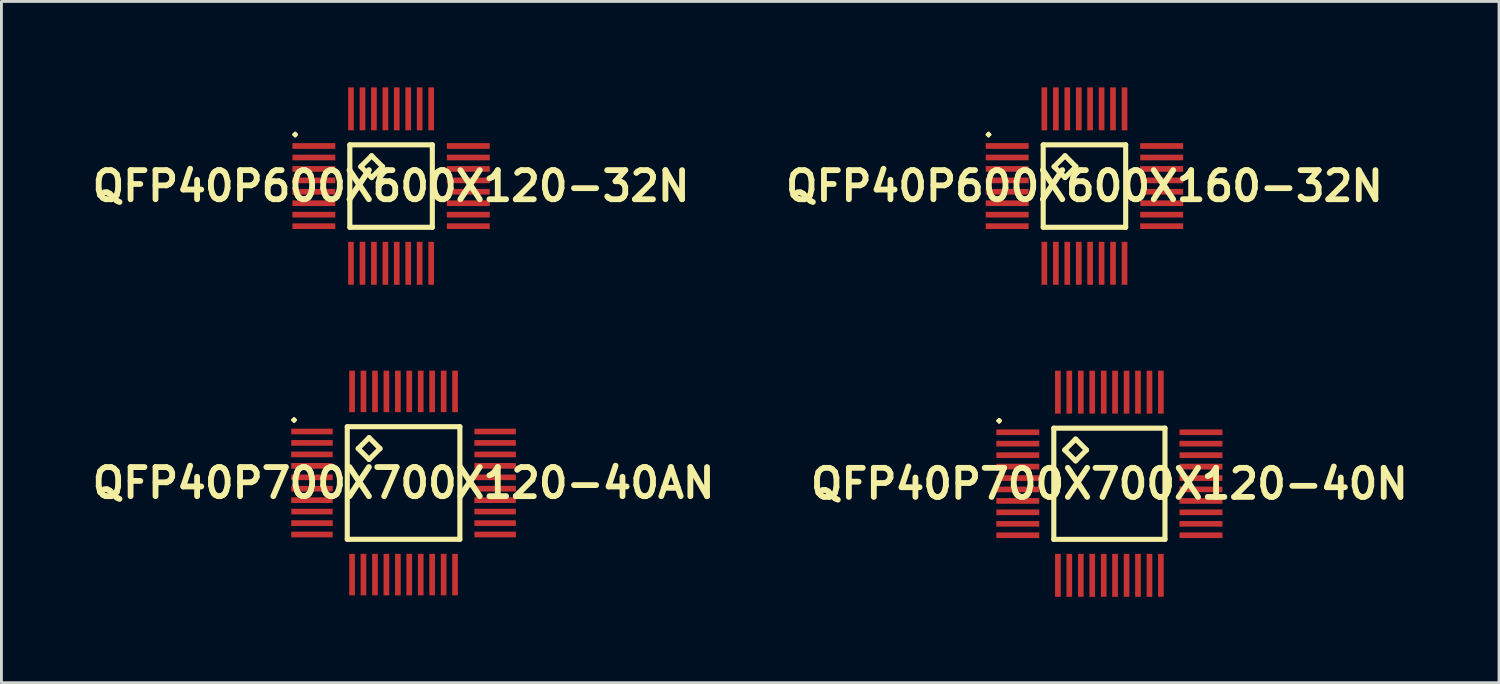
<source format=kicad_pcb>
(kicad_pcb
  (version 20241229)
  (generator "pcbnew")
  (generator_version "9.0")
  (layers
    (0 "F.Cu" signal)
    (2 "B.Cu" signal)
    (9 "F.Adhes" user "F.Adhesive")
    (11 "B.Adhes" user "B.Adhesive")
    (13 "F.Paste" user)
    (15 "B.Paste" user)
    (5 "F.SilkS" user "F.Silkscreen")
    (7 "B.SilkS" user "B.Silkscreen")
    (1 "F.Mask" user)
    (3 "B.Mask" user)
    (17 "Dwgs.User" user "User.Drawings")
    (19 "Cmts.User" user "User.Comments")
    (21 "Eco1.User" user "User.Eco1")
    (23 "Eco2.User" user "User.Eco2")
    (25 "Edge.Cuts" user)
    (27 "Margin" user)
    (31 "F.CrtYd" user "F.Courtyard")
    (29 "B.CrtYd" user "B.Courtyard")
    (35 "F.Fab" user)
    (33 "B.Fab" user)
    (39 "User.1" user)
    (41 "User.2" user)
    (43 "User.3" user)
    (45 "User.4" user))
  (footprint "QFP40P700X700X120-40N"
    (layer "F.Cu")
    (at 35.686 13.841)
    (property "Reference" "QFP40P700X700X120-40N" (at 0 0 0) (layer "F.SilkS") (effects (font (size 1.016 1.016) (thickness 0.203))))
    (attr smd)
    (fp_line (start -3.899 -2.2) (end -3.848 -2.248) (stroke (width 0.099) (type solid)) (layer "F.SilkS"))
    (fp_line (start -3.848 -2.248) (end -3.8 -2.2) (stroke (width 0.099) (type solid)) (layer "F.SilkS"))
    (fp_line (start -3.848 -2.149) (end -3.899 -2.2) (stroke (width 0.099) (type solid)) (layer "F.SilkS"))
    (fp_line (start -3.8 -2.2) (end -3.848 -2.149) (stroke (width 0.099) (type solid)) (layer "F.SilkS"))
    (fp_line (start -1.941 -1.941) (end -1.941 1.941) (stroke (width 0.178) (type solid)) (layer "F.SilkS"))
    (fp_line (start -1.941 1.941) (end 1.941 1.941) (stroke (width 0.178) (type solid)) (layer "F.SilkS"))
    (fp_line (start -1.56 -1.179) (end -1.179 -1.56) (stroke (width 0.178) (type solid)) (layer "F.SilkS"))
    (fp_line (start -1.179 -1.56) (end -0.798 -1.179) (stroke (width 0.178) (type solid)) (layer "F.SilkS"))
    (fp_line (start -1.179 -0.798) (end -1.56 -1.179) (stroke (width 0.178) (type solid)) (layer "F.SilkS"))
    (fp_line (start -0.798 -1.179) (end -1.179 -0.798) (stroke (width 0.178) (type solid)) (layer "F.SilkS"))
    (fp_line (start 1.941 -1.941) (end -1.941 -1.941) (stroke (width 0.178) (type solid)) (layer "F.SilkS"))
    (fp_line (start 1.941 1.941) (end 1.941 -1.941) (stroke (width 0.178) (type solid)) (layer "F.SilkS"))
    (pad "1" smd rect (at -3.198 -1.798) (size 1.499 0.198) (layers "F.Cu" "F.Mask" "F.Paste"))
    (pad "2" smd rect (at -3.198 -1.4) (size 1.499 0.198) (layers "F.Cu" "F.Mask" "F.Paste"))
    (pad "3" smd rect (at -3.198 -0.998) (size 1.499 0.198) (layers "F.Cu" "F.Mask" "F.Paste"))
    (pad "4" smd rect (at -3.198 -0.599) (size 1.499 0.198) (layers "F.Cu" "F.Mask" "F.Paste"))
    (pad "5" smd rect (at -3.198 -0.198) (size 1.499 0.198) (layers "F.Cu" "F.Mask" "F.Paste"))
    (pad "6" smd rect (at -3.198 0.198) (size 1.499 0.198) (layers "F.Cu" "F.Mask" "F.Paste"))
    (pad "7" smd rect (at -3.198 0.599) (size 1.499 0.198) (layers "F.Cu" "F.Mask" "F.Paste"))
    (pad "8" smd rect (at -3.198 0.998) (size 1.499 0.198) (layers "F.Cu" "F.Mask" "F.Paste"))
    (pad "9" smd rect (at -3.198 1.4) (size 1.499 0.198) (layers "F.Cu" "F.Mask" "F.Paste"))
    (pad "10" smd rect (at -3.198 1.798) (size 1.499 0.198) (layers "F.Cu" "F.Mask" "F.Paste"))
    (pad "11" smd rect (at -1.798 3.198) (size 0.198 1.499) (layers "F.Cu" "F.Mask" "F.Paste"))
    (pad "12" smd rect (at -1.4 3.198) (size 0.198 1.499) (layers "F.Cu" "F.Mask" "F.Paste"))
    (pad "13" smd rect (at -0.998 3.198) (size 0.198 1.499) (layers "F.Cu" "F.Mask" "F.Paste"))
    (pad "14" smd rect (at -0.599 3.198) (size 0.198 1.499) (layers "F.Cu" "F.Mask" "F.Paste"))
    (pad "15" smd rect (at -0.198 3.198) (size 0.198 1.499) (layers "F.Cu" "F.Mask" "F.Paste"))
    (pad "16" smd rect (at 0.198 3.198) (size 0.198 1.499) (layers "F.Cu" "F.Mask" "F.Paste"))
    (pad "17" smd rect (at 0.599 3.198) (size 0.198 1.499) (layers "F.Cu" "F.Mask" "F.Paste"))
    (pad "18" smd rect (at 0.998 3.198) (size 0.198 1.499) (layers "F.Cu" "F.Mask" "F.Paste"))
    (pad "19" smd rect (at 1.4 3.198) (size 0.198 1.499) (layers "F.Cu" "F.Mask" "F.Paste"))
    (pad "20" smd rect (at 1.798 3.198) (size 0.198 1.499) (layers "F.Cu" "F.Mask" "F.Paste"))
    (pad "21" smd rect (at 3.198 1.798) (size 1.499 0.198) (layers "F.Cu" "F.Mask" "F.Paste"))
    (pad "22" smd rect (at 3.198 1.4) (size 1.499 0.198) (layers "F.Cu" "F.Mask" "F.Paste"))
    (pad "23" smd rect (at 3.198 0.998) (size 1.499 0.198) (layers "F.Cu" "F.Mask" "F.Paste"))
    (pad "24" smd rect (at 3.198 0.599) (size 1.499 0.198) (layers "F.Cu" "F.Mask" "F.Paste"))
    (pad "25" smd rect (at 3.198 0.198) (size 1.499 0.198) (layers "F.Cu" "F.Mask" "F.Paste"))
    (pad "26" smd rect (at 3.198 -0.198) (size 1.499 0.198) (layers "F.Cu" "F.Mask" "F.Paste"))
    (pad "27" smd rect (at 3.198 -0.599) (size 1.499 0.198) (layers "F.Cu" "F.Mask" "F.Paste"))
    (pad "28" smd rect (at 3.198 -0.998) (size 1.499 0.198) (layers "F.Cu" "F.Mask" "F.Paste"))
    (pad "29" smd rect (at 3.198 -1.4) (size 1.499 0.198) (layers "F.Cu" "F.Mask" "F.Paste"))
    (pad "30" smd rect (at 3.198 -1.798) (size 1.499 0.198) (layers "F.Cu" "F.Mask" "F.Paste"))
    (pad "31" smd rect (at 1.798 -3.198) (size 0.198 1.499) (layers "F.Cu" "F.Mask" "F.Paste"))
    (pad "32" smd rect (at 1.4 -3.198) (size 0.198 1.499) (layers "F.Cu" "F.Mask" "F.Paste"))
    (pad "33" smd rect (at 0.998 -3.198) (size 0.198 1.499) (layers "F.Cu" "F.Mask" "F.Paste"))
    (pad "34" smd rect (at 0.599 -3.198) (size 0.198 1.499) (layers "F.Cu" "F.Mask" "F.Paste"))
    (pad "35" smd rect (at 0.198 -3.198) (size 0.198 1.499) (layers "F.Cu" "F.Mask" "F.Paste"))
    (pad "36" smd rect (at -0.198 -3.198) (size 0.198 1.499) (layers "F.Cu" "F.Mask" "F.Paste"))
    (pad "37" smd rect (at -0.599 -3.198) (size 0.198 1.499) (layers "F.Cu" "F.Mask" "F.Paste"))
    (pad "38" smd rect (at -0.998 -3.198) (size 0.198 1.499) (layers "F.Cu" "F.Mask" "F.Paste"))
    (pad "39" smd rect (at -1.4 -3.198) (size 0.198 1.499) (layers "F.Cu" "F.Mask" "F.Paste"))
    (pad "40" smd rect (at -1.798 -3.198) (size 0.198 1.499) (layers "F.Cu" "F.Mask" "F.Paste")))
  (footprint "QFP40P600X600X160-32N"
    (layer "F.Cu")
    (at 34.815 3.447)
    (property "Reference" "QFP40P600X600X160-32N" (at 0 0 0) (layer "F.SilkS") (effects (font (size 1.016 1.016) (thickness 0.203))))
    (attr smd)
    (fp_line (start -3.399 -1.798) (end -3.348 -1.849) (stroke (width 0.099) (type solid)) (layer "F.SilkS"))
    (fp_line (start -3.348 -1.849) (end -3.299 -1.798) (stroke (width 0.099) (type solid)) (layer "F.SilkS"))
    (fp_line (start -3.348 -1.748) (end -3.399 -1.798) (stroke (width 0.099) (type solid)) (layer "F.SilkS"))
    (fp_line (start -3.299 -1.798) (end -3.348 -1.748) (stroke (width 0.099) (type solid)) (layer "F.SilkS"))
    (fp_line (start -1.44 -1.44) (end -1.44 1.44) (stroke (width 0.178) (type solid)) (layer "F.SilkS"))
    (fp_line (start -1.44 1.44) (end 1.44 1.44) (stroke (width 0.178) (type solid)) (layer "F.SilkS"))
    (fp_line (start -1.059 -0.678) (end -0.678 -1.059) (stroke (width 0.178) (type solid)) (layer "F.SilkS"))
    (fp_line (start -0.678 -1.059) (end -0.297 -0.678) (stroke (width 0.178) (type solid)) (layer "F.SilkS"))
    (fp_line (start -0.678 -0.297) (end -1.059 -0.678) (stroke (width 0.178) (type solid)) (layer "F.SilkS"))
    (fp_line (start -0.297 -0.678) (end -0.678 -0.297) (stroke (width 0.178) (type solid)) (layer "F.SilkS"))
    (fp_line (start 1.44 -1.44) (end -1.44 -1.44) (stroke (width 0.178) (type solid)) (layer "F.SilkS"))
    (fp_line (start 1.44 1.44) (end 1.44 -1.44) (stroke (width 0.178) (type solid)) (layer "F.SilkS"))
    (pad "1" smd rect (at -2.697 -1.4) (size 1.499 0.198) (layers "F.Cu" "F.Mask" "F.Paste"))
    (pad "2" smd rect (at -2.697 -0.998) (size 1.499 0.198) (layers "F.Cu" "F.Mask" "F.Paste"))
    (pad "3" smd rect (at -2.697 -0.599) (size 1.499 0.198) (layers "F.Cu" "F.Mask" "F.Paste"))
    (pad "4" smd rect (at -2.697 -0.198) (size 1.499 0.198) (layers "F.Cu" "F.Mask" "F.Paste"))
    (pad "5" smd rect (at -2.697 0.198) (size 1.499 0.198) (layers "F.Cu" "F.Mask" "F.Paste"))
    (pad "6" smd rect (at -2.697 0.599) (size 1.499 0.198) (layers "F.Cu" "F.Mask" "F.Paste"))
    (pad "7" smd rect (at -2.697 0.998) (size 1.499 0.198) (layers "F.Cu" "F.Mask" "F.Paste"))
    (pad "8" smd rect (at -2.697 1.4) (size 1.499 0.198) (layers "F.Cu" "F.Mask" "F.Paste"))
    (pad "9" smd rect (at -1.4 2.697) (size 0.198 1.499) (layers "F.Cu" "F.Mask" "F.Paste"))
    (pad "10" smd rect (at -0.998 2.697) (size 0.198 1.499) (layers "F.Cu" "F.Mask" "F.Paste"))
    (pad "11" smd rect (at -0.599 2.697) (size 0.198 1.499) (layers "F.Cu" "F.Mask" "F.Paste"))
    (pad "12" smd rect (at -0.198 2.697) (size 0.198 1.499) (layers "F.Cu" "F.Mask" "F.Paste"))
    (pad "13" smd rect (at 0.198 2.697) (size 0.198 1.499) (layers "F.Cu" "F.Mask" "F.Paste"))
    (pad "14" smd rect (at 0.599 2.697) (size 0.198 1.499) (layers "F.Cu" "F.Mask" "F.Paste"))
    (pad "15" smd rect (at 0.998 2.697) (size 0.198 1.499) (layers "F.Cu" "F.Mask" "F.Paste"))
    (pad "16" smd rect (at 1.4 2.697) (size 0.198 1.499) (layers "F.Cu" "F.Mask" "F.Paste"))
    (pad "17" smd rect (at 2.697 1.4) (size 1.499 0.198) (layers "F.Cu" "F.Mask" "F.Paste"))
    (pad "18" smd rect (at 2.697 0.998) (size 1.499 0.198) (layers "F.Cu" "F.Mask" "F.Paste"))
    (pad "19" smd rect (at 2.697 0.599) (size 1.499 0.198) (layers "F.Cu" "F.Mask" "F.Paste"))
    (pad "20" smd rect (at 2.697 0.198) (size 1.499 0.198) (layers "F.Cu" "F.Mask" "F.Paste"))
    (pad "21" smd rect (at 2.697 -0.198) (size 1.499 0.198) (layers "F.Cu" "F.Mask" "F.Paste"))
    (pad "22" smd rect (at 2.697 -0.599) (size 1.499 0.198) (layers "F.Cu" "F.Mask" "F.Paste"))
    (pad "23" smd rect (at 2.697 -0.998) (size 1.499 0.198) (layers "F.Cu" "F.Mask" "F.Paste"))
    (pad "24" smd rect (at 2.697 -1.4) (size 1.499 0.198) (layers "F.Cu" "F.Mask" "F.Paste"))
    (pad "25" smd rect (at 1.4 -2.697) (size 0.198 1.499) (layers "F.Cu" "F.Mask" "F.Paste"))
    (pad "26" smd rect (at 0.998 -2.697) (size 0.198 1.499) (layers "F.Cu" "F.Mask" "F.Paste"))
    (pad "27" smd rect (at 0.599 -2.697) (size 0.198 1.499) (layers "F.Cu" "F.Mask" "F.Paste"))
    (pad "28" smd rect (at 0.198 -2.697) (size 0.198 1.499) (layers "F.Cu" "F.Mask" "F.Paste"))
    (pad "29" smd rect (at -0.198 -2.697) (size 0.198 1.499) (layers "F.Cu" "F.Mask" "F.Paste"))
    (pad "30" smd rect (at -0.599 -2.697) (size 0.198 1.499) (layers "F.Cu" "F.Mask" "F.Paste"))
    (pad "31" smd rect (at -0.998 -2.697) (size 0.198 1.499) (layers "F.Cu" "F.Mask" "F.Paste"))
    (pad "32" smd rect (at -1.4 -2.697) (size 0.198 1.499) (layers "F.Cu" "F.Mask" "F.Paste")))
  (footprint "QFP40P700X700X120-40AN"
    (layer "F.Cu")
    (at 11.041 13.815)
    (property "Reference" "QFP40P700X700X120-40AN" (at 0 0 0) (layer "F.SilkS") (effects (font (size 1.016 1.016) (thickness 0.203))))
    (attr smd)
    (fp_line (start -3.873 -2.2) (end -3.823 -2.248) (stroke (width 0.099) (type solid)) (layer "F.SilkS"))
    (fp_line (start -3.823 -2.248) (end -3.774 -2.2) (stroke (width 0.099) (type solid)) (layer "F.SilkS"))
    (fp_line (start -3.823 -2.149) (end -3.873 -2.2) (stroke (width 0.099) (type solid)) (layer "F.SilkS"))
    (fp_line (start -3.774 -2.2) (end -3.823 -2.149) (stroke (width 0.099) (type solid)) (layer "F.SilkS"))
    (fp_line (start -1.966 -1.966) (end -1.966 1.966) (stroke (width 0.178) (type solid)) (layer "F.SilkS"))
    (fp_line (start -1.966 1.966) (end 1.966 1.966) (stroke (width 0.178) (type solid)) (layer "F.SilkS"))
    (fp_line (start -1.585 -1.204) (end -1.204 -1.585) (stroke (width 0.178) (type solid)) (layer "F.SilkS"))
    (fp_line (start -1.204 -1.585) (end -0.823 -1.204) (stroke (width 0.178) (type solid)) (layer "F.SilkS"))
    (fp_line (start -1.204 -0.823) (end -1.585 -1.204) (stroke (width 0.178) (type solid)) (layer "F.SilkS"))
    (fp_line (start -0.823 -1.204) (end -1.204 -0.823) (stroke (width 0.178) (type solid)) (layer "F.SilkS"))
    (fp_line (start 1.966 -1.966) (end -1.966 -1.966) (stroke (width 0.178) (type solid)) (layer "F.SilkS"))
    (fp_line (start 1.966 1.966) (end 1.966 -1.966) (stroke (width 0.178) (type solid)) (layer "F.SilkS"))
    (pad "1" smd rect (at -3.198 -1.798) (size 1.448 0.198) (layers "F.Cu" "F.Mask" "F.Paste"))
    (pad "2" smd rect (at -3.198 -1.4) (size 1.448 0.198) (layers "F.Cu" "F.Mask" "F.Paste"))
    (pad "3" smd rect (at -3.198 -0.998) (size 1.448 0.198) (layers "F.Cu" "F.Mask" "F.Paste"))
    (pad "4" smd rect (at -3.198 -0.599) (size 1.448 0.198) (layers "F.Cu" "F.Mask" "F.Paste"))
    (pad "5" smd rect (at -3.198 -0.198) (size 1.448 0.198) (layers "F.Cu" "F.Mask" "F.Paste"))
    (pad "6" smd rect (at -3.198 0.198) (size 1.448 0.198) (layers "F.Cu" "F.Mask" "F.Paste"))
    (pad "7" smd rect (at -3.198 0.599) (size 1.448 0.198) (layers "F.Cu" "F.Mask" "F.Paste"))
    (pad "8" smd rect (at -3.198 0.998) (size 1.448 0.198) (layers "F.Cu" "F.Mask" "F.Paste"))
    (pad "9" smd rect (at -3.198 1.4) (size 1.448 0.198) (layers "F.Cu" "F.Mask" "F.Paste"))
    (pad "10" smd rect (at -3.198 1.798) (size 1.448 0.198) (layers "F.Cu" "F.Mask" "F.Paste"))
    (pad "11" smd rect (at -1.798 3.198) (size 0.198 1.448) (layers "F.Cu" "F.Mask" "F.Paste"))
    (pad "12" smd rect (at -1.4 3.198) (size 0.198 1.448) (layers "F.Cu" "F.Mask" "F.Paste"))
    (pad "13" smd rect (at -0.998 3.198) (size 0.198 1.448) (layers "F.Cu" "F.Mask" "F.Paste"))
    (pad "14" smd rect (at -0.599 3.198) (size 0.198 1.448) (layers "F.Cu" "F.Mask" "F.Paste"))
    (pad "15" smd rect (at -0.198 3.198) (size 0.198 1.448) (layers "F.Cu" "F.Mask" "F.Paste"))
    (pad "16" smd rect (at 0.198 3.198) (size 0.198 1.448) (layers "F.Cu" "F.Mask" "F.Paste"))
    (pad "17" smd rect (at 0.599 3.198) (size 0.198 1.448) (layers "F.Cu" "F.Mask" "F.Paste"))
    (pad "18" smd rect (at 0.998 3.198) (size 0.198 1.448) (layers "F.Cu" "F.Mask" "F.Paste"))
    (pad "19" smd rect (at 1.4 3.198) (size 0.198 1.448) (layers "F.Cu" "F.Mask" "F.Paste"))
    (pad "20" smd rect (at 1.798 3.198) (size 0.198 1.448) (layers "F.Cu" "F.Mask" "F.Paste"))
    (pad "21" smd rect (at 3.198 1.798) (size 1.448 0.198) (layers "F.Cu" "F.Mask" "F.Paste"))
    (pad "22" smd rect (at 3.198 1.4) (size 1.448 0.198) (layers "F.Cu" "F.Mask" "F.Paste"))
    (pad "23" smd rect (at 3.198 0.998) (size 1.448 0.198) (layers "F.Cu" "F.Mask" "F.Paste"))
    (pad "24" smd rect (at 3.198 0.599) (size 1.448 0.198) (layers "F.Cu" "F.Mask" "F.Paste"))
    (pad "25" smd rect (at 3.198 0.198) (size 1.448 0.198) (layers "F.Cu" "F.Mask" "F.Paste"))
    (pad "26" smd rect (at 3.198 -0.198) (size 1.448 0.198) (layers "F.Cu" "F.Mask" "F.Paste"))
    (pad "27" smd rect (at 3.198 -0.599) (size 1.448 0.198) (layers "F.Cu" "F.Mask" "F.Paste"))
    (pad "28" smd rect (at 3.198 -0.998) (size 1.448 0.198) (layers "F.Cu" "F.Mask" "F.Paste"))
    (pad "29" smd rect (at 3.198 -1.4) (size 1.448 0.198) (layers "F.Cu" "F.Mask" "F.Paste"))
    (pad "30" smd rect (at 3.198 -1.798) (size 1.448 0.198) (layers "F.Cu" "F.Mask" "F.Paste"))
    (pad "31" smd rect (at 1.798 -3.198) (size 0.198 1.448) (layers "F.Cu" "F.Mask" "F.Paste"))
    (pad "32" smd rect (at 1.4 -3.198) (size 0.198 1.448) (layers "F.Cu" "F.Mask" "F.Paste"))
    (pad "33" smd rect (at 0.998 -3.198) (size 0.198 1.448) (layers "F.Cu" "F.Mask" "F.Paste"))
    (pad "34" smd rect (at 0.599 -3.198) (size 0.198 1.448) (layers "F.Cu" "F.Mask" "F.Paste"))
    (pad "35" smd rect (at 0.198 -3.198) (size 0.198 1.448) (layers "F.Cu" "F.Mask" "F.Paste"))
    (pad "36" smd rect (at -0.198 -3.198) (size 0.198 1.448) (layers "F.Cu" "F.Mask" "F.Paste"))
    (pad "37" smd rect (at -0.599 -3.198) (size 0.198 1.448) (layers "F.Cu" "F.Mask" "F.Paste"))
    (pad "38" smd rect (at -0.998 -3.198) (size 0.198 1.448) (layers "F.Cu" "F.Mask" "F.Paste"))
    (pad "39" smd rect (at -1.4 -3.198) (size 0.198 1.448) (layers "F.Cu" "F.Mask" "F.Paste"))
    (pad "40" smd rect (at -1.798 -3.198) (size 0.198 1.448) (layers "F.Cu" "F.Mask" "F.Paste")))
  (footprint "QFP40P600X600X120-32N"
    (layer "F.Cu")
    (at 10.605 3.447)
    (property "Reference" "QFP40P600X600X120-32N" (at 0 0 0) (layer "F.SilkS") (effects (font (size 1.016 1.016) (thickness 0.203))))
    (attr smd)
    (fp_line (start -3.399 -1.798) (end -3.348 -1.849) (stroke (width 0.099) (type solid)) (layer "F.SilkS"))
    (fp_line (start -3.348 -1.849) (end -3.299 -1.798) (stroke (width 0.099) (type solid)) (layer "F.SilkS"))
    (fp_line (start -3.348 -1.748) (end -3.399 -1.798) (stroke (width 0.099) (type solid)) (layer "F.SilkS"))
    (fp_line (start -3.299 -1.798) (end -3.348 -1.748) (stroke (width 0.099) (type solid)) (layer "F.SilkS"))
    (fp_line (start -1.44 -1.44) (end -1.44 1.44) (stroke (width 0.178) (type solid)) (layer "F.SilkS"))
    (fp_line (start -1.44 1.44) (end 1.44 1.44) (stroke (width 0.178) (type solid)) (layer "F.SilkS"))
    (fp_line (start -1.059 -0.678) (end -0.678 -1.059) (stroke (width 0.178) (type solid)) (layer "F.SilkS"))
    (fp_line (start -0.678 -1.059) (end -0.297 -0.678) (stroke (width 0.178) (type solid)) (layer "F.SilkS"))
    (fp_line (start -0.678 -0.297) (end -1.059 -0.678) (stroke (width 0.178) (type solid)) (layer "F.SilkS"))
    (fp_line (start -0.297 -0.678) (end -0.678 -0.297) (stroke (width 0.178) (type solid)) (layer "F.SilkS"))
    (fp_line (start 1.44 -1.44) (end -1.44 -1.44) (stroke (width 0.178) (type solid)) (layer "F.SilkS"))
    (fp_line (start 1.44 1.44) (end 1.44 -1.44) (stroke (width 0.178) (type solid)) (layer "F.SilkS"))
    (pad "1" smd rect (at -2.697 -1.4) (size 1.499 0.198) (layers "F.Cu" "F.Mask" "F.Paste"))
    (pad "2" smd rect (at -2.697 -0.998) (size 1.499 0.198) (layers "F.Cu" "F.Mask" "F.Paste"))
    (pad "3" smd rect (at -2.697 -0.599) (size 1.499 0.198) (layers "F.Cu" "F.Mask" "F.Paste"))
    (pad "4" smd rect (at -2.697 -0.198) (size 1.499 0.198) (layers "F.Cu" "F.Mask" "F.Paste"))
    (pad "5" smd rect (at -2.697 0.198) (size 1.499 0.198) (layers "F.Cu" "F.Mask" "F.Paste"))
    (pad "6" smd rect (at -2.697 0.599) (size 1.499 0.198) (layers "F.Cu" "F.Mask" "F.Paste"))
    (pad "7" smd rect (at -2.697 0.998) (size 1.499 0.198) (layers "F.Cu" "F.Mask" "F.Paste"))
    (pad "8" smd rect (at -2.697 1.4) (size 1.499 0.198) (layers "F.Cu" "F.Mask" "F.Paste"))
    (pad "9" smd rect (at -1.4 2.697) (size 0.198 1.499) (layers "F.Cu" "F.Mask" "F.Paste"))
    (pad "10" smd rect (at -0.998 2.697) (size 0.198 1.499) (layers "F.Cu" "F.Mask" "F.Paste"))
    (pad "11" smd rect (at -0.599 2.697) (size 0.198 1.499) (layers "F.Cu" "F.Mask" "F.Paste"))
    (pad "12" smd rect (at -0.198 2.697) (size 0.198 1.499) (layers "F.Cu" "F.Mask" "F.Paste"))
    (pad "13" smd rect (at 0.198 2.697) (size 0.198 1.499) (layers "F.Cu" "F.Mask" "F.Paste"))
    (pad "14" smd rect (at 0.599 2.697) (size 0.198 1.499) (layers "F.Cu" "F.Mask" "F.Paste"))
    (pad "15" smd rect (at 0.998 2.697) (size 0.198 1.499) (layers "F.Cu" "F.Mask" "F.Paste"))
    (pad "16" smd rect (at 1.4 2.697) (size 0.198 1.499) (layers "F.Cu" "F.Mask" "F.Paste"))
    (pad "17" smd rect (at 2.697 1.4) (size 1.499 0.198) (layers "F.Cu" "F.Mask" "F.Paste"))
    (pad "18" smd rect (at 2.697 0.998) (size 1.499 0.198) (layers "F.Cu" "F.Mask" "F.Paste"))
    (pad "19" smd rect (at 2.697 0.599) (size 1.499 0.198) (layers "F.Cu" "F.Mask" "F.Paste"))
    (pad "20" smd rect (at 2.697 0.198) (size 1.499 0.198) (layers "F.Cu" "F.Mask" "F.Paste"))
    (pad "21" smd rect (at 2.697 -0.198) (size 1.499 0.198) (layers "F.Cu" "F.Mask" "F.Paste"))
    (pad "22" smd rect (at 2.697 -0.599) (size 1.499 0.198) (layers "F.Cu" "F.Mask" "F.Paste"))
    (pad "23" smd rect (at 2.697 -0.998) (size 1.499 0.198) (layers "F.Cu" "F.Mask" "F.Paste"))
    (pad "24" smd rect (at 2.697 -1.4) (size 1.499 0.198) (layers "F.Cu" "F.Mask" "F.Paste"))
    (pad "25" smd rect (at 1.4 -2.697) (size 0.198 1.499) (layers "F.Cu" "F.Mask" "F.Paste"))
    (pad "26" smd rect (at 0.998 -2.697) (size 0.198 1.499) (layers "F.Cu" "F.Mask" "F.Paste"))
    (pad "27" smd rect (at 0.599 -2.697) (size 0.198 1.499) (layers "F.Cu" "F.Mask" "F.Paste"))
    (pad "28" smd rect (at 0.198 -2.697) (size 0.198 1.499) (layers "F.Cu" "F.Mask" "F.Paste"))
    (pad "29" smd rect (at -0.198 -2.697) (size 0.198 1.499) (layers "F.Cu" "F.Mask" "F.Paste"))
    (pad "30" smd rect (at -0.599 -2.697) (size 0.198 1.499) (layers "F.Cu" "F.Mask" "F.Paste"))
    (pad "31" smd rect (at -0.998 -2.697) (size 0.198 1.499) (layers "F.Cu" "F.Mask" "F.Paste"))
    (pad "32" smd rect (at -1.4 -2.697) (size 0.198 1.499) (layers "F.Cu" "F.Mask" "F.Paste")))
  (gr_rect
    (start -3 -3)
    (end 49.291 20.788)
    (stroke (width 0.1) (type default))
    (fill no)
    (layer "Edge.Cuts")))
</source>
